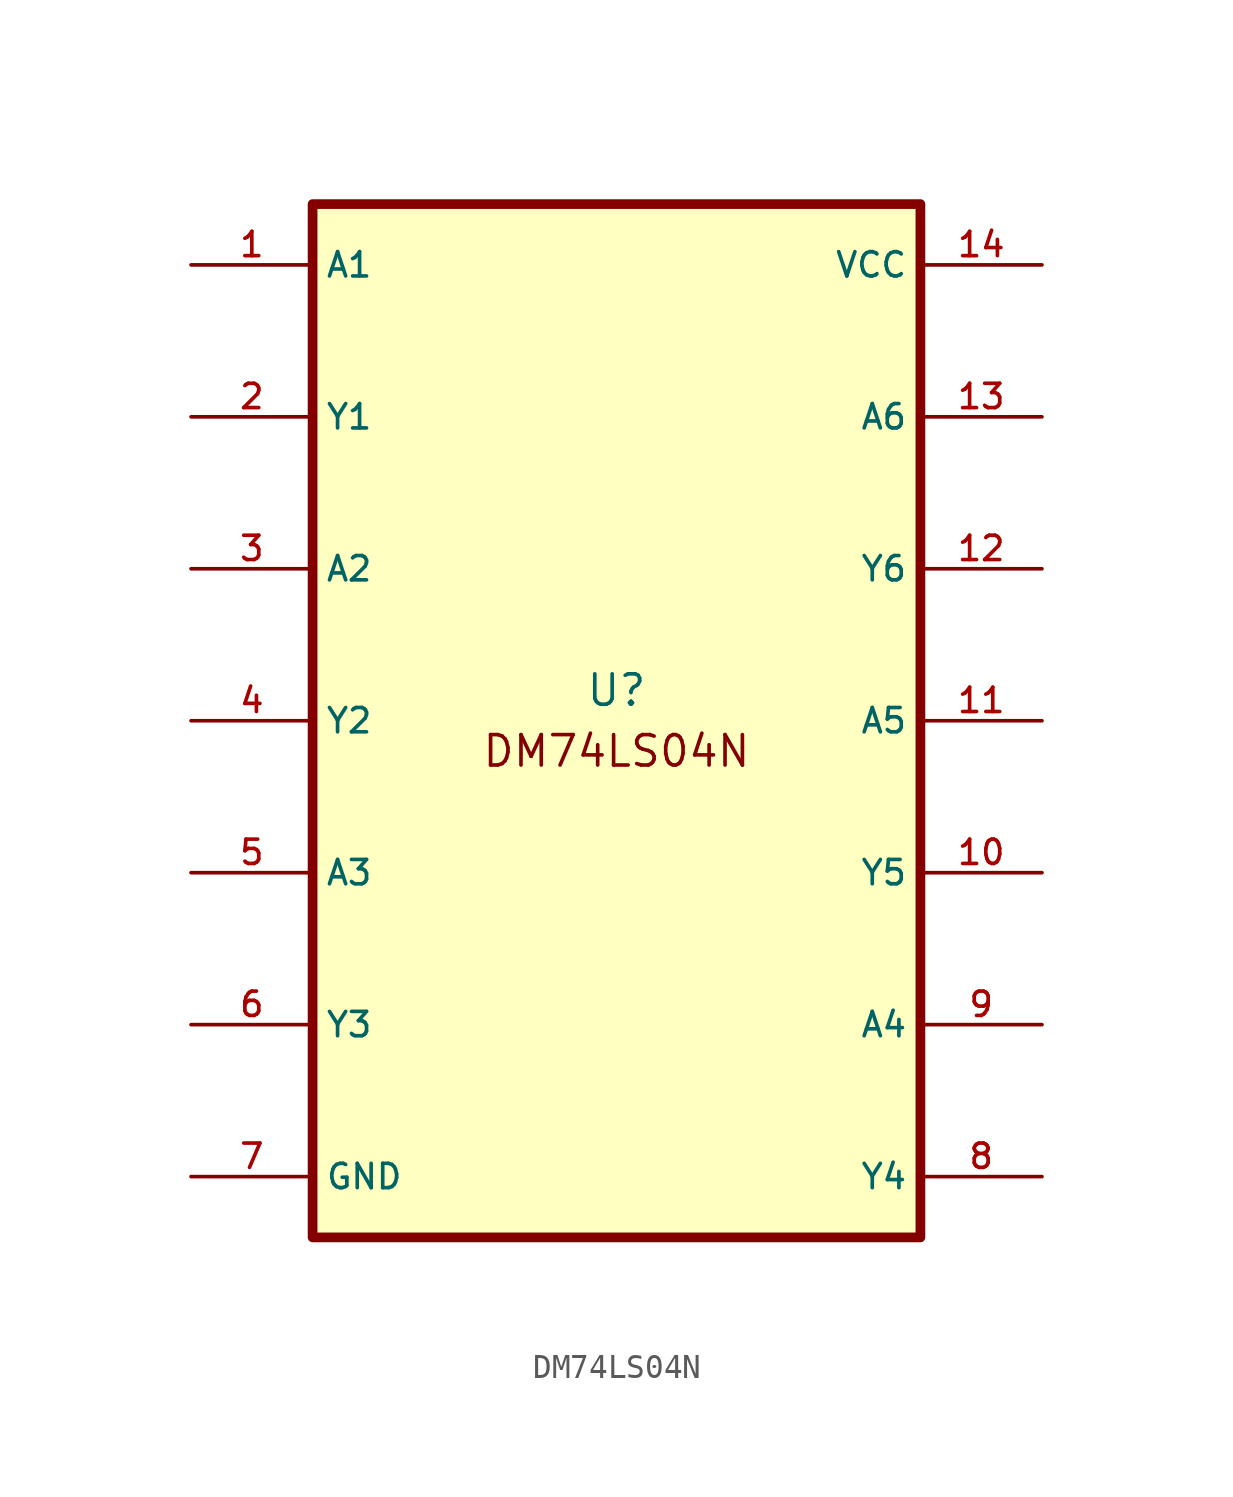
<source format=kicad_sym>
(kicad_symbol_lib
  (version 20220914)
  (generator kicad_symbol_editor)
  (symbol "DM74LS04N"
    (property "Reference" "U"
      (at 0 2.54 0)
      (effects (font (size 1.27 1.27))))
    (property "Value" ""
      (at 0 0 0)
      (effects (font (size 1.27 1.27))))
    (symbol "DM74LS04N_0_0"
      (rectangle (start -12.7 22.86) (end 12.7 -20.32) (stroke (width 0.406) (type default)) (fill (type background)))
      (pin passive line (at -17.78 -17.78 0) (length 5.08) (name "GND" (effects (font (size 1.016 1.016)))) (number "7" (effects (font (size 1.016 1.016))))))
    (symbol "DM74LS04N_1_0"
      (pin input line (at -17.78 20.32 0) (length 5.08) (name "A1" (effects (font (size 1.016 1.016)))) (number "1" (effects (font (size 1.016 1.016)))))
      (pin output line (at 17.78 -5.08 180) (length 5.08) (name "Y5" (effects (font (size 1.016 1.016)))) (number "10" (effects (font (size 1.016 1.016)))))
      (pin input line (at 17.78 1.27 180) (length 5.08) (name "A5" (effects (font (size 1.016 1.016)))) (number "11" (effects (font (size 1.016 1.016)))))
      (pin output line (at 17.78 7.62 180) (length 5.08) (name "Y6" (effects (font (size 1.016 1.016)))) (number "12" (effects (font (size 1.016 1.016)))))
      (pin input line (at 17.78 13.97 180) (length 5.08) (name "A6" (effects (font (size 1.016 1.016)))) (number "13" (effects (font (size 1.016 1.016)))))
      (pin power_in line (at 17.78 20.32 180) (length 5.08) (name "VCC" (effects (font (size 1.016 1.016)))) (number "14" (effects (font (size 1.016 1.016)))))
      (pin output line (at -17.78 13.97 0) (length 5.08) (name "Y1" (effects (font (size 1.016 1.016)))) (number "2" (effects (font (size 1.016 1.016)))))
      (pin input line (at -17.78 7.62 0) (length 5.08) (name "A2" (effects (font (size 1.016 1.016)))) (number "3" (effects (font (size 1.016 1.016)))))
      (pin output line (at -17.78 1.27 0) (length 5.08) (name "Y2" (effects (font (size 1.016 1.016)))) (number "4" (effects (font (size 1.016 1.016)))))
      (pin input line (at -17.78 -5.08 0) (length 5.08) (name "A3" (effects (font (size 1.016 1.016)))) (number "5" (effects (font (size 1.016 1.016)))))
      (pin output line (at -17.78 -11.43 0) (length 5.08) (name "Y3" (effects (font (size 1.016 1.016)))) (number "6" (effects (font (size 1.016 1.016)))))
      (pin output line (at 17.78 -17.78 180) (length 5.08) (name "Y4" (effects (font (size 1.016 1.016)))) (number "8" (effects (font (size 1.016 1.016)))))
      (pin input line (at 17.78 -11.43 180) (length 5.08) (name "A4" (effects (font (size 1.016 1.016)))) (number "9" (effects (font (size 1.016 1.016))))))
    (symbol "DM74LS04N_1_1"
      (text "DM74LS04N\n" (at 0 0 0) (effects (font (size 1.27 1.27)))))))
</source>
